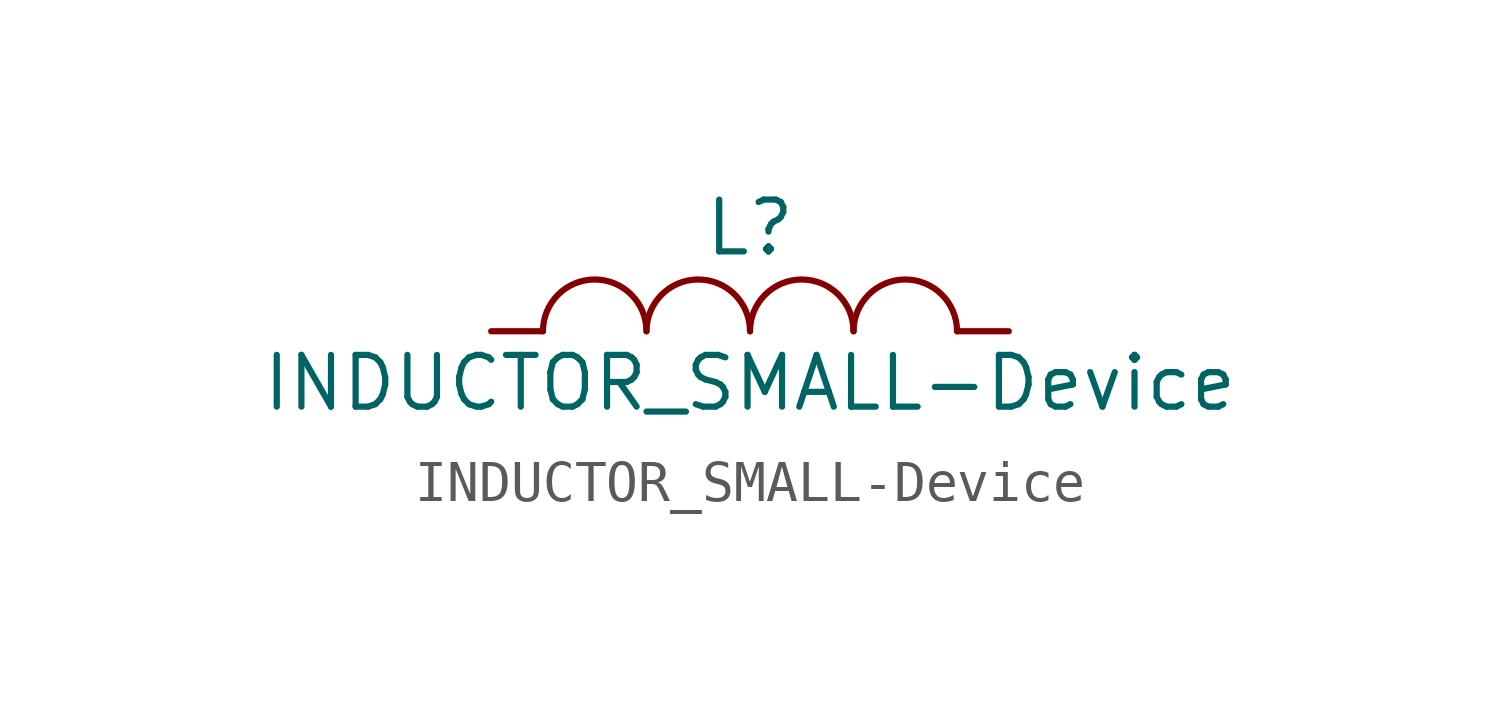
<source format=kicad_sym>
(kicad_symbol_lib
  (version 20211014)
  (generator kicad_symbol_editor)
  (symbol "INDUCTOR_SMALL-Device"
    (pin_numbers hide)
    (pin_names
      (offset 0) hide)
    (property "Reference" "L"
      (at 0 2.54 0)
      (effects (font (size 1.27 1.27))))
    (property "Value" "INDUCTOR_SMALL-Device"
      (at 0 -1.27 0)
      (effects (font (size 1.27 1.27))))
    (property "Footprint" ""
      (at 0 0 0)
      (effects (font (size 1.27 1.27))))
    (property "Datasheet" ""
      (at 0 0 0)
      (effects (font (size 1.27 1.27))))
    (symbol "INDUCTOR_SMALL-Device_0_1"
      (arc (start -2.54 0) (mid -3.81 1.27) (end -5.08 0) (stroke (width 0) (type default) (color 0 0 0 0)) (fill (type none)))
      (arc (start 0 0) (mid -1.27 1.27) (end -2.54 0) (stroke (width 0) (type default) (color 0 0 0 0)) (fill (type none)))
      (arc (start 2.54 0) (mid 1.27 1.27) (end 0 0) (stroke (width 0) (type default) (color 0 0 0 0)) (fill (type none)))
      (arc (start 5.08 0) (mid 3.81 1.27) (end 2.54 0) (stroke (width 0) (type default) (color 0 0 0 0)) (fill (type none))))
    (symbol "INDUCTOR_SMALL-Device_1_1"
      (pin input line (at -6.35 0 0) (length 1.27) (name "1" (effects (font (size 0.762 0.762)))) (number "1" (effects (font (size 0.762 0.762)))))
      (pin input line (at 6.35 0 180) (length 1.27) (name "2" (effects (font (size 0.762 0.762)))) (number "2" (effects (font (size 0.762 0.762))))))))
</source>
